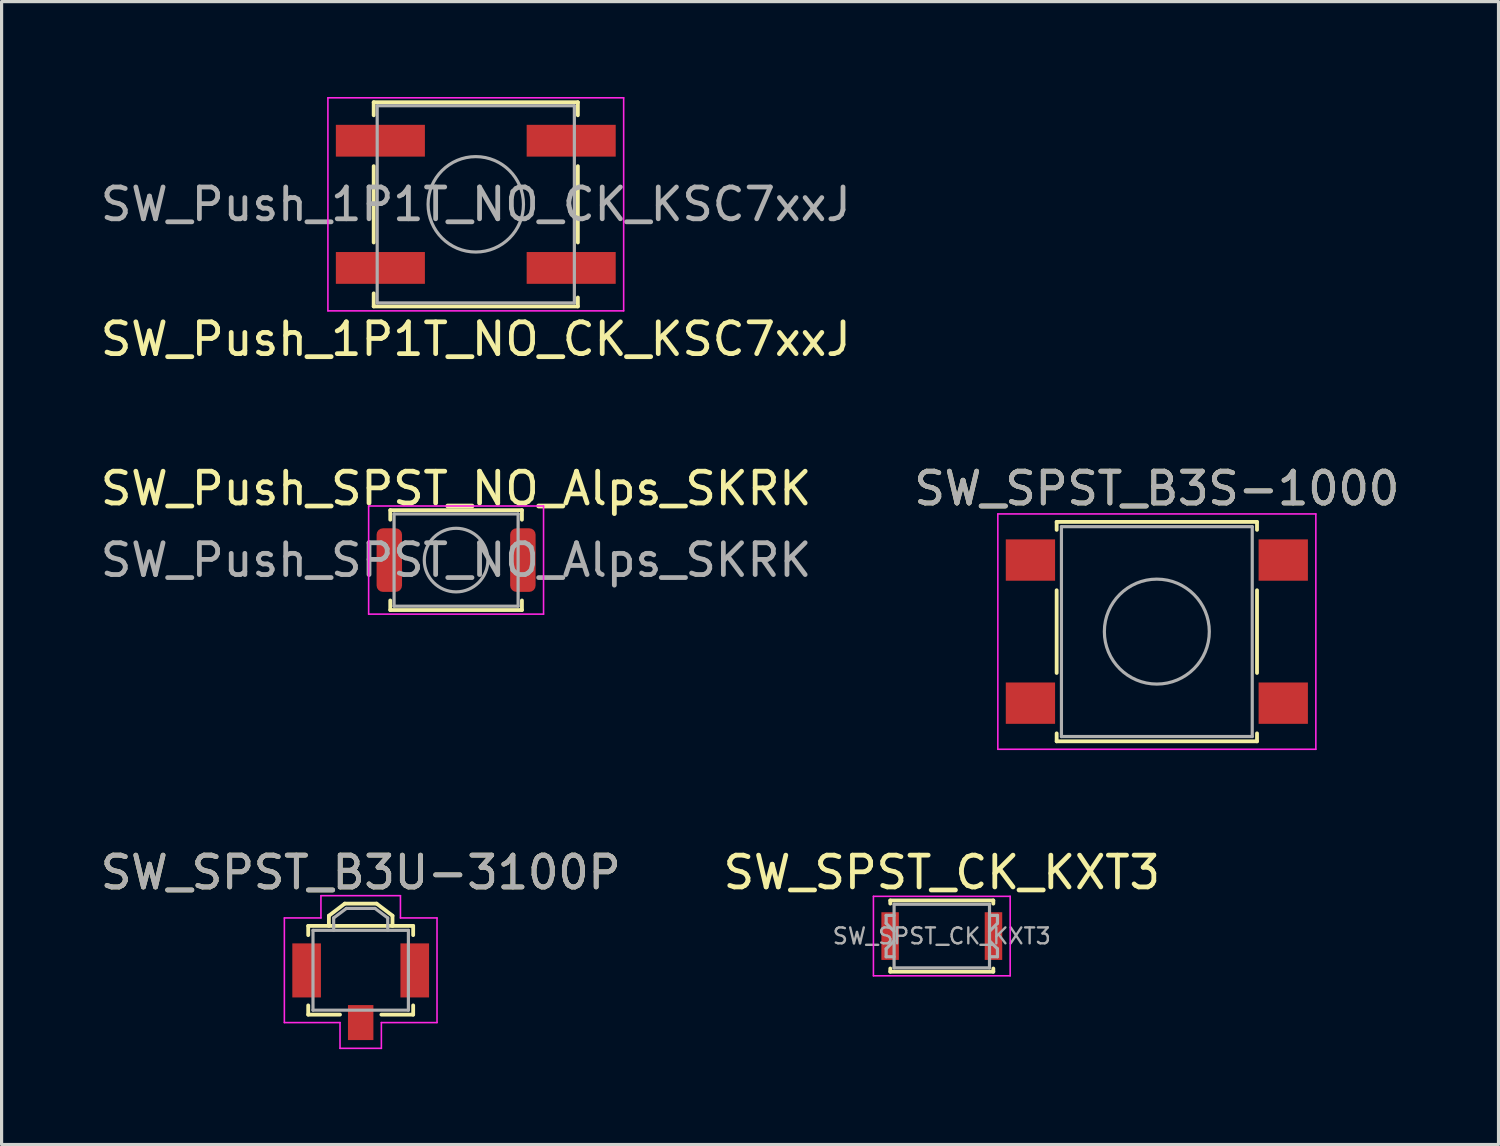
<source format=kicad_pcb>
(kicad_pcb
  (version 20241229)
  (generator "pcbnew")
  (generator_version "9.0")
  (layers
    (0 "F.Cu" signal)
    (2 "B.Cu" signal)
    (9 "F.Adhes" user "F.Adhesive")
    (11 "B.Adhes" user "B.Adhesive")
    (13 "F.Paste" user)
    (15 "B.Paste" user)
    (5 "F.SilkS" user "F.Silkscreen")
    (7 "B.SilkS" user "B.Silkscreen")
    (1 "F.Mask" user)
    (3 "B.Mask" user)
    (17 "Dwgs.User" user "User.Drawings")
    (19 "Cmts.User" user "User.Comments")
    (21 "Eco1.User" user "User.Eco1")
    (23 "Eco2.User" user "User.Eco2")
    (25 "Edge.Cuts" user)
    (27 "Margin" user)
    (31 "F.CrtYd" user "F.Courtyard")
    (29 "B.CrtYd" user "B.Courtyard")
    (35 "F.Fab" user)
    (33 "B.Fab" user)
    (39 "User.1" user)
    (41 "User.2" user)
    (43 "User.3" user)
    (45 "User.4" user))
  (footprint "SW_SPST_CK_KXT3"
    (layer "F.Cu")
    (at 26.565 26.385)
    (property "Reference" "SW_SPST_CK_KXT3" (at 0 -2 0) (layer "F.SilkS") (effects (font (size 1 1) (thickness 0.15))))
    (attr smd)
    (fp_line (start -1.62 -1.12) (end -1.62 -1.02) (stroke (width 0.12) (type solid)) (layer "F.SilkS"))
    (fp_line (start -1.62 -1.12) (end 1.62 -1.12) (stroke (width 0.12) (type solid)) (layer "F.SilkS"))
    (fp_line (start -1.62 1.02) (end -1.62 1.12) (stroke (width 0.12) (type solid)) (layer "F.SilkS"))
    (fp_line (start -1.62 1.12) (end 1.62 1.12) (stroke (width 0.12) (type solid)) (layer "F.SilkS"))
    (fp_line (start 1.62 -1.12) (end 1.62 -1.02) (stroke (width 0.12) (type solid)) (layer "F.SilkS"))
    (fp_line (start 1.62 1.02) (end 1.62 1.12) (stroke (width 0.12) (type solid)) (layer "F.SilkS"))
    (fp_line (start -2.15 -1.25) (end -2.15 1.25) (stroke (width 0.05) (type solid)) (layer "F.CrtYd"))
    (fp_line (start -2.15 -1.25) (end 2.15 -1.25) (stroke (width 0.05) (type solid)) (layer "F.CrtYd"))
    (fp_line (start -2.15 1.25) (end 2.15 1.25) (stroke (width 0.05) (type solid)) (layer "F.CrtYd"))
    (fp_line (start 2.15 -1.25) (end 2.15 1.25) (stroke (width 0.05) (type solid)) (layer "F.CrtYd"))
    (fp_line (start -1.75 -0.65) (end -1.75 -0.4) (stroke (width 0.1) (type solid)) (layer "F.Fab"))
    (fp_line (start -1.75 -0.4) (end -1.5 -0.15) (stroke (width 0.1) (type solid)) (layer "F.Fab"))
    (fp_line (start -1.75 0.4) (end -1.75 0.65) (stroke (width 0.1) (type solid)) (layer "F.Fab"))
    (fp_line (start -1.75 0.65) (end -1.5 0.65) (stroke (width 0.1) (type solid)) (layer "F.Fab"))
    (fp_line (start -1.5 -1) (end 1.5 -1) (stroke (width 0.1) (type solid)) (layer "F.Fab"))
    (fp_line (start -1.5 -0.65) (end -1.75 -0.65) (stroke (width 0.1) (type solid)) (layer "F.Fab"))
    (fp_line (start -1.5 0.15) (end -1.75 0.4) (stroke (width 0.1) (type solid)) (layer "F.Fab"))
    (fp_line (start -1.5 1) (end -1.5 -1) (stroke (width 0.1) (type solid)) (layer "F.Fab"))
    (fp_line (start 1.5 -1) (end 1.5 1) (stroke (width 0.1) (type solid)) (layer "F.Fab"))
    (fp_line (start 1.5 -0.65) (end 1.75 -0.65) (stroke (width 0.1) (type solid)) (layer "F.Fab"))
    (fp_line (start 1.5 0.15) (end 1.75 0.4) (stroke (width 0.1) (type solid)) (layer "F.Fab"))
    (fp_line (start 1.5 1) (end -1.5 1) (stroke (width 0.1) (type solid)) (layer "F.Fab"))
    (fp_line (start 1.75 -0.65) (end 1.75 -0.4) (stroke (width 0.1) (type solid)) (layer "F.Fab"))
    (fp_line (start 1.75 -0.4) (end 1.5 -0.15) (stroke (width 0.1) (type solid)) (layer "F.Fab"))
    (fp_line (start 1.75 0.4) (end 1.75 0.65) (stroke (width 0.1) (type solid)) (layer "F.Fab"))
    (fp_line (start 1.75 0.65) (end 1.5 0.65) (stroke (width 0.1) (type solid)) (layer "F.Fab"))
    (fp_text user "${REFERENCE}" (at 0 0 0) (layer "F.Fab") (effects (font (size 0.5 0.5) (thickness 0.075))))
    (pad "1" smd rect (at -1.625 0) (size 0.55 1.5) (layers "F.Cu" "F.Mask" "F.Paste"))
    (pad "2" smd rect (at 1.625 0) (size 0.55 1.5) (layers "F.Cu" "F.Mask" "F.Paste")))
  (footprint "SW_SPST_B3U-3100P"
    (layer "F.Cu")
    (at 8.292 28.285)
    (property "Reference" "SW_SPST_B3U-3100P" (at 0 -3.9 0) (layer "F.SilkS") (effects (font (size 1 1) (thickness 0.15))))
    (attr smd)
    (fp_line (start -1.65 -2.22) (end 1.65 -2.22) (stroke (width 0.12) (type solid)) (layer "F.SilkS"))
    (fp_line (start -1.65 -1.93) (end -1.65 -2.22) (stroke (width 0.12) (type solid)) (layer "F.SilkS"))
    (fp_line (start -1.65 0.28) (end -1.65 0.57) (stroke (width 0.12) (type solid)) (layer "F.SilkS"))
    (fp_line (start -1.65 0.57) (end -0.65 0.57) (stroke (width 0.12) (type solid)) (layer "F.SilkS"))
    (fp_line (start -1 -2.54) (end -1 -2.22) (stroke (width 0.12) (type solid)) (layer "F.SilkS"))
    (fp_line (start -0.5 -2.92) (end -1 -2.54) (stroke (width 0.12) (type solid)) (layer "F.SilkS"))
    (fp_line (start -0.5 -2.92) (end 0.5 -2.92) (stroke (width 0.12) (type solid)) (layer "F.SilkS"))
    (fp_line (start 0.5 -2.92) (end 1 -2.54) (stroke (width 0.12) (type solid)) (layer "F.SilkS"))
    (fp_line (start 1 -2.54) (end 1 -2.22) (stroke (width 0.12) (type solid)) (layer "F.SilkS"))
    (fp_line (start 1.65 -2.22) (end 1.65 -1.93) (stroke (width 0.12) (type solid)) (layer "F.SilkS"))
    (fp_line (start 1.65 0.57) (end 0.65 0.57) (stroke (width 0.12) (type solid)) (layer "F.SilkS"))
    (fp_line (start 1.65 0.57) (end 1.65 0.28) (stroke (width 0.12) (type solid)) (layer "F.SilkS"))
    (fp_line (start -2.4 -2.47) (end -2.4 0.82) (stroke (width 0.05) (type solid)) (layer "F.CrtYd"))
    (fp_line (start -2.4 0.82) (end -0.65 0.82) (stroke (width 0.05) (type solid)) (layer "F.CrtYd"))
    (fp_line (start -1.25 -3.17) (end 1.25 -3.17) (stroke (width 0.05) (type solid)) (layer "F.CrtYd"))
    (fp_line (start -1.25 -2.47) (end -2.4 -2.47) (stroke (width 0.05) (type solid)) (layer "F.CrtYd"))
    (fp_line (start -1.25 -2.47) (end -1.25 -3.17) (stroke (width 0.05) (type solid)) (layer "F.CrtYd"))
    (fp_line (start -0.65 0.82) (end -0.65 1.63) (stroke (width 0.05) (type solid)) (layer "F.CrtYd"))
    (fp_line (start -0.65 1.63) (end 0.65 1.63) (stroke (width 0.05) (type solid)) (layer "F.CrtYd"))
    (fp_line (start 0.65 0.82) (end 2.4 0.82) (stroke (width 0.05) (type solid)) (layer "F.CrtYd"))
    (fp_line (start 0.65 1.63) (end 0.65 0.82) (stroke (width 0.05) (type solid)) (layer "F.CrtYd"))
    (fp_line (start 1.25 -3.17) (end 1.25 -2.47) (stroke (width 0.05) (type solid)) (layer "F.CrtYd"))
    (fp_line (start 1.25 -2.47) (end 2.4 -2.47) (stroke (width 0.05) (type solid)) (layer "F.CrtYd"))
    (fp_line (start 2.4 0.82) (end 2.4 -2.47) (stroke (width 0.05) (type solid)) (layer "F.CrtYd"))
    (fp_line (start -1.5 -2.08) (end 1.5 -2.08) (stroke (width 0.1) (type solid)) (layer "F.Fab"))
    (fp_line (start -1.5 0.43) (end -1.5 -2.08) (stroke (width 0.1) (type solid)) (layer "F.Fab"))
    (fp_line (start -0.85 -2.47) (end -0.45 -2.77) (stroke (width 0.1) (type solid)) (layer "F.Fab"))
    (fp_line (start -0.85 -2.08) (end -0.85 -2.47) (stroke (width 0.1) (type solid)) (layer "F.Fab"))
    (fp_line (start -0.45 -2.77) (end 0.45 -2.77) (stroke (width 0.1) (type solid)) (layer "F.Fab"))
    (fp_line (start 0.45 -2.77) (end 0.85 -2.47) (stroke (width 0.1) (type solid)) (layer "F.Fab"))
    (fp_line (start 0.85 -2.47) (end 0.85 -2.08) (stroke (width 0.1) (type solid)) (layer "F.Fab"))
    (fp_line (start 1.5 -2.08) (end 1.5 0.43) (stroke (width 0.1) (type solid)) (layer "F.Fab"))
    (fp_line (start 1.5 0.43) (end -1.5 0.43) (stroke (width 0.1) (type solid)) (layer "F.Fab"))
    (fp_text user "${REFERENCE}" (at 0 -3.9 0) (layer "F.Fab") (effects (font (size 1 1) (thickness 0.15))))
    (pad "1" smd rect (at -1.7 -0.82) (size 0.9 1.7) (layers "F.Cu" "F.Mask" "F.Paste"))
    (pad "2" smd rect (at 1.7 -0.82) (size 0.9 1.7) (layers "F.Cu" "F.Mask" "F.Paste"))
    (pad "3" smd rect (at 0 0.82) (size 0.8 1.1) (layers "F.Cu" "F.Mask" "F.Paste")))
  (footprint "SW_Push_1P1T_NO_CK_KSC7xxJ"
    (layer "F.Cu")
    (at 11.911 3.375)
    (property "Reference" "SW_Push_1P1T_NO_CK_KSC7xxJ" (at 0 4.24 0) (layer "F.SilkS") (effects (font (size 1 1) (thickness 0.15))))
    (attr smd)
    (fp_line (start -3.21 -3.21) (end -3.21 -2.8) (stroke (width 0.12) (type solid)) (layer "F.SilkS"))
    (fp_line (start -3.21 -1.2) (end -3.21 1.2) (stroke (width 0.12) (type solid)) (layer "F.SilkS"))
    (fp_line (start -3.21 2.8) (end -3.21 3.21) (stroke (width 0.12) (type solid)) (layer "F.SilkS"))
    (fp_line (start -3.21 3.21) (end 3.21 3.21) (stroke (width 0.12) (type solid)) (layer "F.SilkS"))
    (fp_line (start 3.21 -3.21) (end -3.21 -3.21) (stroke (width 0.12) (type solid)) (layer "F.SilkS"))
    (fp_line (start 3.21 -2.8) (end 3.21 -3.21) (stroke (width 0.12) (type solid)) (layer "F.SilkS"))
    (fp_line (start 3.21 1.2) (end 3.21 -1.2) (stroke (width 0.12) (type solid)) (layer "F.SilkS"))
    (fp_line (start 3.21 3.21) (end 3.21 2.93) (stroke (width 0.12) (type solid)) (layer "F.SilkS"))
    (fp_line (start -4.65 -3.35) (end 4.65 -3.35) (stroke (width 0.05) (type solid)) (layer "F.CrtYd"))
    (fp_line (start -4.65 3.35) (end -4.65 -3.35) (stroke (width 0.05) (type solid)) (layer "F.CrtYd"))
    (fp_line (start 4.65 -3.35) (end 4.65 3.35) (stroke (width 0.05) (type solid)) (layer "F.CrtYd"))
    (fp_line (start 4.65 3.35) (end -4.65 3.35) (stroke (width 0.05) (type solid)) (layer "F.CrtYd"))
    (fp_line (start -3.1 -3.1) (end 3.1 -3.1) (stroke (width 0.1) (type solid)) (layer "F.Fab"))
    (fp_line (start -3.1 3.1) (end -3.1 -3.1) (stroke (width 0.1) (type solid)) (layer "F.Fab"))
    (fp_line (start 3.1 -3.1) (end 3.1 3.1) (stroke (width 0.1) (type solid)) (layer "F.Fab"))
    (fp_line (start 3.1 3.1) (end -3.1 3.1) (stroke (width 0.1) (type solid)) (layer "F.Fab"))
    (fp_circle (center 0 0) (end 1.5 0) (stroke (width 0.1) (type solid)) (fill no) (layer "F.Fab"))
    (fp_text user "${REFERENCE}" (at 0 0 0) (layer "F.Fab") (effects (font (size 1 1) (thickness 0.15))))
    (pad "1" smd rect (at -3 -2) (size 2.8 1) (layers "F.Cu" "F.Mask" "F.Paste"))
    (pad "1" smd rect (at 3 -2) (size 2.8 1) (layers "F.Cu" "F.Mask" "F.Paste"))
    (pad "2" smd rect (at -3 2) (size 2.8 1) (layers "F.Cu" "F.Mask" "F.Paste"))
    (pad "2" smd rect (at 3 2) (size 2.8 1) (layers "F.Cu" "F.Mask" "F.Paste")))
  (footprint "SW_Push_SPST_NO_Alps_SKRK"
    (layer "F.Cu")
    (at 11.292 14.562)
    (property "Reference" "SW_Push_SPST_NO_Alps_SKRK" (at 0 -2.25 0) (layer "F.SilkS") (effects (font (size 1 1) (thickness 0.15))))
    (attr smd)
    (fp_line (start -2.07 -1.57) (end 2.07 -1.57) (stroke (width 0.12) (type solid)) (layer "F.SilkS"))
    (fp_line (start -2.07 -1.27) (end -2.07 -1.57) (stroke (width 0.12) (type solid)) (layer "F.SilkS"))
    (fp_line (start -2.07 1.57) (end -2.07 1.27) (stroke (width 0.12) (type solid)) (layer "F.SilkS"))
    (fp_line (start 2.07 -1.57) (end 2.07 -1.27) (stroke (width 0.12) (type solid)) (layer "F.SilkS"))
    (fp_line (start 2.07 1.27) (end 2.07 1.57) (stroke (width 0.12) (type solid)) (layer "F.SilkS"))
    (fp_line (start 2.07 1.57) (end -2.07 1.57) (stroke (width 0.12) (type solid)) (layer "F.SilkS"))
    (fp_line (start -2.75 -1.7) (end 2.75 -1.7) (stroke (width 0.05) (type solid)) (layer "F.CrtYd"))
    (fp_line (start -2.75 1.7) (end -2.75 -1.7) (stroke (width 0.05) (type solid)) (layer "F.CrtYd"))
    (fp_line (start 2.75 -1.7) (end 2.75 1.7) (stroke (width 0.05) (type solid)) (layer "F.CrtYd"))
    (fp_line (start 2.75 1.7) (end -2.75 1.7) (stroke (width 0.05) (type solid)) (layer "F.CrtYd"))
    (fp_line (start -1.95 -1.45) (end 1.95 -1.45) (stroke (width 0.1) (type solid)) (layer "F.Fab"))
    (fp_line (start -1.95 1.45) (end -1.95 -1.45) (stroke (width 0.1) (type solid)) (layer "F.Fab"))
    (fp_line (start 1.95 -1.45) (end 1.95 1.45) (stroke (width 0.1) (type solid)) (layer "F.Fab"))
    (fp_line (start 1.95 1.45) (end -1.95 1.45) (stroke (width 0.1) (type solid)) (layer "F.Fab"))
    (fp_circle (center 0 0) (end 1 0) (stroke (width 0.1) (type solid)) (fill no) (layer "F.Fab"))
    (fp_text user "${REFERENCE}" (at 0 0 0) (layer "F.Fab") (effects (font (size 1 1) (thickness 0.15))))
    (pad "1" smd roundrect (at -2.1 0) (size 0.8 2) (layers "F.Cu" "F.Mask" "F.Paste") (roundrect_rratio 0.25))
    (pad "2" smd roundrect (at 2.1 0) (size 0.8 2) (layers "F.Cu" "F.Mask" "F.Paste") (roundrect_rratio 0.25)))
  (footprint "SW_SPST_B3S-1000"
    (layer "F.Cu")
    (at 33.327 16.811)
    (property "Reference" "SW_SPST_B3S-1000" (at 0 -4.5 0) (layer "F.SilkS") (effects (font (size 1 1) (thickness 0.15))))
    (attr smd)
    (fp_line (start -3.15 -3.45) (end 3.15 -3.45) (stroke (width 0.12) (type solid)) (layer "F.SilkS"))
    (fp_line (start -3.15 -3.2) (end -3.15 -3.45) (stroke (width 0.12) (type solid)) (layer "F.SilkS"))
    (fp_line (start -3.15 1.3) (end -3.15 -1.3) (stroke (width 0.12) (type solid)) (layer "F.SilkS"))
    (fp_line (start -3.15 3.45) (end -3.15 3.2) (stroke (width 0.12) (type solid)) (layer "F.SilkS"))
    (fp_line (start 3.15 -3.45) (end 3.15 -3.2) (stroke (width 0.12) (type solid)) (layer "F.SilkS"))
    (fp_line (start 3.15 -1.3) (end 3.15 1.3) (stroke (width 0.12) (type solid)) (layer "F.SilkS"))
    (fp_line (start 3.15 3.2) (end 3.15 3.45) (stroke (width 0.12) (type solid)) (layer "F.SilkS"))
    (fp_line (start 3.15 3.45) (end -3.15 3.45) (stroke (width 0.12) (type solid)) (layer "F.SilkS"))
    (fp_line (start -5 -3.7) (end -5 3.7) (stroke (width 0.05) (type solid)) (layer "F.CrtYd"))
    (fp_line (start -5 3.7) (end 5 3.7) (stroke (width 0.05) (type solid)) (layer "F.CrtYd"))
    (fp_line (start 5 -3.7) (end -5 -3.7) (stroke (width 0.05) (type solid)) (layer "F.CrtYd"))
    (fp_line (start 5 3.7) (end 5 -3.7) (stroke (width 0.05) (type solid)) (layer "F.CrtYd"))
    (fp_line (start -3 -3.3) (end 3 -3.3) (stroke (width 0.1) (type solid)) (layer "F.Fab"))
    (fp_line (start -3 3.3) (end -3 -3.3) (stroke (width 0.1) (type solid)) (layer "F.Fab"))
    (fp_line (start 3 -3.3) (end 3 3.3) (stroke (width 0.1) (type solid)) (layer "F.Fab"))
    (fp_line (start 3 3.3) (end -3 3.3) (stroke (width 0.1) (type solid)) (layer "F.Fab"))
    (fp_circle (center 0 0) (end 1.65 0) (stroke (width 0.1) (type solid)) (fill no) (layer "F.Fab"))
    (fp_text user "${REFERENCE}" (at 0 -4.5 0) (layer "F.Fab") (effects (font (size 1 1) (thickness 0.15))))
    (pad "1" smd rect (at -3.975 -2.25) (size 1.55 1.3) (layers "F.Cu" "F.Mask" "F.Paste"))
    (pad "1" smd rect (at 3.975 -2.25) (size 1.55 1.3) (layers "F.Cu" "F.Mask" "F.Paste"))
    (pad "2" smd rect (at -3.975 2.25) (size 1.55 1.3) (layers "F.Cu" "F.Mask" "F.Paste"))
    (pad "2" smd rect (at 3.975 2.25) (size 1.55 1.3) (layers "F.Cu" "F.Mask" "F.Paste")))
  (gr_rect
    (start -3 -3)
    (end 44.071 32.94)
    (stroke (width 0.1) (type default))
    (fill no)
    (layer "Edge.Cuts")))
</source>
